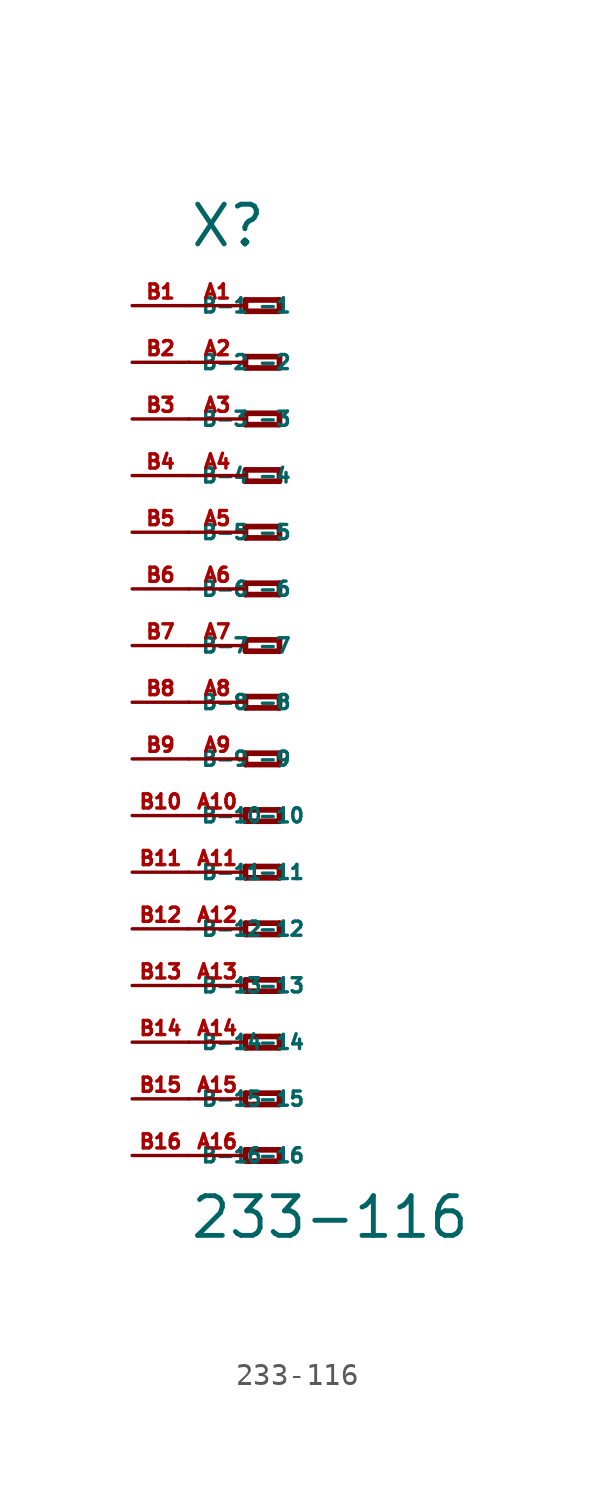
<source format=kicad_sym>
(kicad_symbol_lib
  (version 20220914)
  (generator Eagle2Kicad)
  (symbol "233-116"
    (property "Reference" "X"
      (at -5.08 20.32 0)
      (effects (font (size 1.778 1.778) (thickness 0.22)) (justify left bottom)))
    (property "Value" "233-116"
      (at -5.08 -24.13 0)
      (effects (font (size 1.778 1.778) (thickness 0.22)) (justify left bottom)))
    (polyline
      (pts (xy -2.54 18.034) (xy -2.54 17.526))
      (stroke (width 0.254) (type default))
      (fill (type none)))
    (polyline
      (pts (xy -2.54 17.526) (xy -1.016 17.526))
      (stroke (width 0.254) (type default))
      (fill (type none)))
    (polyline
      (pts (xy -1.016 17.526) (xy -1.016 18.034))
      (stroke (width 0.254) (type default))
      (fill (type none)))
    (polyline
      (pts (xy -1.016 18.034) (xy -2.54 18.034))
      (stroke (width 0.254) (type default))
      (fill (type none)))
    (polyline
      (pts (xy -2.54 15.494) (xy -2.54 14.986))
      (stroke (width 0.254) (type default))
      (fill (type none)))
    (polyline
      (pts (xy -2.54 14.986) (xy -1.016 14.986))
      (stroke (width 0.254) (type default))
      (fill (type none)))
    (polyline
      (pts (xy -1.016 14.986) (xy -1.016 15.494))
      (stroke (width 0.254) (type default))
      (fill (type none)))
    (polyline
      (pts (xy -1.016 15.494) (xy -2.54 15.494))
      (stroke (width 0.254) (type default))
      (fill (type none)))
    (polyline
      (pts (xy -2.54 12.954) (xy -2.54 12.446))
      (stroke (width 0.254) (type default))
      (fill (type none)))
    (polyline
      (pts (xy -2.54 12.446) (xy -1.016 12.446))
      (stroke (width 0.254) (type default))
      (fill (type none)))
    (polyline
      (pts (xy -1.016 12.446) (xy -1.016 12.954))
      (stroke (width 0.254) (type default))
      (fill (type none)))
    (polyline
      (pts (xy -1.016 12.954) (xy -2.54 12.954))
      (stroke (width 0.254) (type default))
      (fill (type none)))
    (polyline
      (pts (xy -2.54 10.414) (xy -2.54 9.906))
      (stroke (width 0.254) (type default))
      (fill (type none)))
    (polyline
      (pts (xy -2.54 9.906) (xy -1.016 9.906))
      (stroke (width 0.254) (type default))
      (fill (type none)))
    (polyline
      (pts (xy -1.016 9.906) (xy -1.016 10.414))
      (stroke (width 0.254) (type default))
      (fill (type none)))
    (polyline
      (pts (xy -1.016 10.414) (xy -2.54 10.414))
      (stroke (width 0.254) (type default))
      (fill (type none)))
    (polyline
      (pts (xy -2.54 7.874) (xy -2.54 7.366))
      (stroke (width 0.254) (type default))
      (fill (type none)))
    (polyline
      (pts (xy -2.54 7.366) (xy -1.016 7.366))
      (stroke (width 0.254) (type default))
      (fill (type none)))
    (polyline
      (pts (xy -1.016 7.366) (xy -1.016 7.874))
      (stroke (width 0.254) (type default))
      (fill (type none)))
    (polyline
      (pts (xy -1.016 7.874) (xy -2.54 7.874))
      (stroke (width 0.254) (type default))
      (fill (type none)))
    (polyline
      (pts (xy -2.54 5.334) (xy -2.54 4.826))
      (stroke (width 0.254) (type default))
      (fill (type none)))
    (polyline
      (pts (xy -2.54 4.826) (xy -1.016 4.826))
      (stroke (width 0.254) (type default))
      (fill (type none)))
    (polyline
      (pts (xy -1.016 4.826) (xy -1.016 5.334))
      (stroke (width 0.254) (type default))
      (fill (type none)))
    (polyline
      (pts (xy -1.016 5.334) (xy -2.54 5.334))
      (stroke (width 0.254) (type default))
      (fill (type none)))
    (polyline
      (pts (xy -2.54 2.794) (xy -2.54 2.286))
      (stroke (width 0.254) (type default))
      (fill (type none)))
    (polyline
      (pts (xy -2.54 2.286) (xy -1.016 2.286))
      (stroke (width 0.254) (type default))
      (fill (type none)))
    (polyline
      (pts (xy -1.016 2.286) (xy -1.016 2.794))
      (stroke (width 0.254) (type default))
      (fill (type none)))
    (polyline
      (pts (xy -1.016 2.794) (xy -2.54 2.794))
      (stroke (width 0.254) (type default))
      (fill (type none)))
    (polyline
      (pts (xy -2.54 0.254) (xy -2.54 -0.254))
      (stroke (width 0.254) (type default))
      (fill (type none)))
    (polyline
      (pts (xy -2.54 -0.254) (xy -1.016 -0.254))
      (stroke (width 0.254) (type default))
      (fill (type none)))
    (polyline
      (pts (xy -1.016 -0.254) (xy -1.016 0.254))
      (stroke (width 0.254) (type default))
      (fill (type none)))
    (polyline
      (pts (xy -1.016 0.254) (xy -2.54 0.254))
      (stroke (width 0.254) (type default))
      (fill (type none)))
    (polyline
      (pts (xy -2.54 -2.286) (xy -2.54 -2.794))
      (stroke (width 0.254) (type default))
      (fill (type none)))
    (polyline
      (pts (xy -2.54 -2.794) (xy -1.016 -2.794))
      (stroke (width 0.254) (type default))
      (fill (type none)))
    (polyline
      (pts (xy -1.016 -2.794) (xy -1.016 -2.286))
      (stroke (width 0.254) (type default))
      (fill (type none)))
    (polyline
      (pts (xy -1.016 -2.286) (xy -2.54 -2.286))
      (stroke (width 0.254) (type default))
      (fill (type none)))
    (polyline
      (pts (xy -2.54 -4.826) (xy -2.54 -5.334))
      (stroke (width 0.254) (type default))
      (fill (type none)))
    (polyline
      (pts (xy -2.54 -5.334) (xy -1.016 -5.334))
      (stroke (width 0.254) (type default))
      (fill (type none)))
    (polyline
      (pts (xy -1.016 -5.334) (xy -1.016 -4.826))
      (stroke (width 0.254) (type default))
      (fill (type none)))
    (polyline
      (pts (xy -1.016 -4.826) (xy -2.54 -4.826))
      (stroke (width 0.254) (type default))
      (fill (type none)))
    (polyline
      (pts (xy -2.54 -7.366) (xy -2.54 -7.874))
      (stroke (width 0.254) (type default))
      (fill (type none)))
    (polyline
      (pts (xy -2.54 -7.874) (xy -1.016 -7.874))
      (stroke (width 0.254) (type default))
      (fill (type none)))
    (polyline
      (pts (xy -1.016 -7.874) (xy -1.016 -7.366))
      (stroke (width 0.254) (type default))
      (fill (type none)))
    (polyline
      (pts (xy -1.016 -7.366) (xy -2.54 -7.366))
      (stroke (width 0.254) (type default))
      (fill (type none)))
    (polyline
      (pts (xy -2.54 -9.906) (xy -2.54 -10.414))
      (stroke (width 0.254) (type default))
      (fill (type none)))
    (polyline
      (pts (xy -2.54 -10.414) (xy -1.016 -10.414))
      (stroke (width 0.254) (type default))
      (fill (type none)))
    (polyline
      (pts (xy -1.016 -10.414) (xy -1.016 -9.906))
      (stroke (width 0.254) (type default))
      (fill (type none)))
    (polyline
      (pts (xy -1.016 -9.906) (xy -2.54 -9.906))
      (stroke (width 0.254) (type default))
      (fill (type none)))
    (polyline
      (pts (xy -2.54 -12.446) (xy -2.54 -12.954))
      (stroke (width 0.254) (type default))
      (fill (type none)))
    (polyline
      (pts (xy -2.54 -12.954) (xy -1.016 -12.954))
      (stroke (width 0.254) (type default))
      (fill (type none)))
    (polyline
      (pts (xy -1.016 -12.954) (xy -1.016 -12.446))
      (stroke (width 0.254) (type default))
      (fill (type none)))
    (polyline
      (pts (xy -1.016 -12.446) (xy -2.54 -12.446))
      (stroke (width 0.254) (type default))
      (fill (type none)))
    (polyline
      (pts (xy -2.54 -14.986) (xy -2.54 -15.494))
      (stroke (width 0.254) (type default))
      (fill (type none)))
    (polyline
      (pts (xy -2.54 -15.494) (xy -1.016 -15.494))
      (stroke (width 0.254) (type default))
      (fill (type none)))
    (polyline
      (pts (xy -1.016 -15.494) (xy -1.016 -14.986))
      (stroke (width 0.254) (type default))
      (fill (type none)))
    (polyline
      (pts (xy -1.016 -14.986) (xy -2.54 -14.986))
      (stroke (width 0.254) (type default))
      (fill (type none)))
    (polyline
      (pts (xy -2.54 -17.526) (xy -2.54 -18.034))
      (stroke (width 0.254) (type default))
      (fill (type none)))
    (polyline
      (pts (xy -2.54 -18.034) (xy -1.016 -18.034))
      (stroke (width 0.254) (type default))
      (fill (type none)))
    (polyline
      (pts (xy -1.016 -18.034) (xy -1.016 -17.526))
      (stroke (width 0.254) (type default))
      (fill (type none)))
    (polyline
      (pts (xy -1.016 -17.526) (xy -2.54 -17.526))
      (stroke (width 0.254) (type default))
      (fill (type none)))
    (polyline
      (pts (xy -2.54 -20.066) (xy -2.54 -20.574))
      (stroke (width 0.254) (type default))
      (fill (type none)))
    (polyline
      (pts (xy -2.54 -20.574) (xy -1.016 -20.574))
      (stroke (width 0.254) (type default))
      (fill (type none)))
    (polyline
      (pts (xy -1.016 -20.574) (xy -1.016 -20.066))
      (stroke (width 0.254) (type default))
      (fill (type none)))
    (polyline
      (pts (xy -1.016 -20.066) (xy -2.54 -20.066))
      (stroke (width 0.254) (type default))
      (fill (type none)))
    (pin passive line
      (at -5.08 17.78 0)
      (length 2.54)
      (name "-1" (effects (font (size 0.635 0.635) (thickness 0.08)) (justify left bottom)))
      (number "A1" (effects (font (size 0.635 0.635) (thickness 0.08)) (justify left bottom))))
    (pin passive line
      (at -5.08 15.24 0)
      (length 2.54)
      (name "-2" (effects (font (size 0.635 0.635) (thickness 0.08)) (justify left bottom)))
      (number "A2" (effects (font (size 0.635 0.635) (thickness 0.08)) (justify left bottom))))
    (pin passive line
      (at -5.08 12.7 0)
      (length 2.54)
      (name "-3" (effects (font (size 0.635 0.635) (thickness 0.08)) (justify left bottom)))
      (number "A3" (effects (font (size 0.635 0.635) (thickness 0.08)) (justify left bottom))))
    (pin passive line
      (at -5.08 10.16 0)
      (length 2.54)
      (name "-4" (effects (font (size 0.635 0.635) (thickness 0.08)) (justify left bottom)))
      (number "A4" (effects (font (size 0.635 0.635) (thickness 0.08)) (justify left bottom))))
    (pin passive line
      (at -5.08 7.62 0)
      (length 2.54)
      (name "-5" (effects (font (size 0.635 0.635) (thickness 0.08)) (justify left bottom)))
      (number "A5" (effects (font (size 0.635 0.635) (thickness 0.08)) (justify left bottom))))
    (pin passive line
      (at -5.08 5.08 0)
      (length 2.54)
      (name "-6" (effects (font (size 0.635 0.635) (thickness 0.08)) (justify left bottom)))
      (number "A6" (effects (font (size 0.635 0.635) (thickness 0.08)) (justify left bottom))))
    (pin passive line
      (at -5.08 2.54 0)
      (length 2.54)
      (name "-7" (effects (font (size 0.635 0.635) (thickness 0.08)) (justify left bottom)))
      (number "A7" (effects (font (size 0.635 0.635) (thickness 0.08)) (justify left bottom))))
    (pin passive line
      (at -5.08 0 0)
      (length 2.54)
      (name "-8" (effects (font (size 0.635 0.635) (thickness 0.08)) (justify left bottom)))
      (number "A8" (effects (font (size 0.635 0.635) (thickness 0.08)) (justify left bottom))))
    (pin passive line
      (at -5.08 -2.54 0)
      (length 2.54)
      (name "-9" (effects (font (size 0.635 0.635) (thickness 0.08)) (justify left bottom)))
      (number "A9" (effects (font (size 0.635 0.635) (thickness 0.08)) (justify left bottom))))
    (pin passive line
      (at -5.08 -5.08 0)
      (length 2.54)
      (name "-10" (effects (font (size 0.635 0.635) (thickness 0.08)) (justify left bottom)))
      (number "A10" (effects (font (size 0.635 0.635) (thickness 0.08)) (justify left bottom))))
    (pin passive line
      (at -5.08 -7.62 0)
      (length 2.54)
      (name "-11" (effects (font (size 0.635 0.635) (thickness 0.08)) (justify left bottom)))
      (number "A11" (effects (font (size 0.635 0.635) (thickness 0.08)) (justify left bottom))))
    (pin passive line
      (at -5.08 -10.16 0)
      (length 2.54)
      (name "-12" (effects (font (size 0.635 0.635) (thickness 0.08)) (justify left bottom)))
      (number "A12" (effects (font (size 0.635 0.635) (thickness 0.08)) (justify left bottom))))
    (pin passive line
      (at -5.08 -12.7 0)
      (length 2.54)
      (name "-13" (effects (font (size 0.635 0.635) (thickness 0.08)) (justify left bottom)))
      (number "A13" (effects (font (size 0.635 0.635) (thickness 0.08)) (justify left bottom))))
    (pin passive line
      (at -5.08 -15.24 0)
      (length 2.54)
      (name "-14" (effects (font (size 0.635 0.635) (thickness 0.08)) (justify left bottom)))
      (number "A14" (effects (font (size 0.635 0.635) (thickness 0.08)) (justify left bottom))))
    (pin passive line
      (at -5.08 -17.78 0)
      (length 2.54)
      (name "-15" (effects (font (size 0.635 0.635) (thickness 0.08)) (justify left bottom)))
      (number "A15" (effects (font (size 0.635 0.635) (thickness 0.08)) (justify left bottom))))
    (pin passive line
      (at -5.08 -20.32 0)
      (length 2.54)
      (name "-16" (effects (font (size 0.635 0.635) (thickness 0.08)) (justify left bottom)))
      (number "A16" (effects (font (size 0.635 0.635) (thickness 0.08)) (justify left bottom))))
    (pin passive line
      (at -7.62 -20.32 0)
      (length 2.54)
      (name "B-16" (effects (font (size 0.635 0.635) (thickness 0.08)) (justify left bottom)))
      (number "B16" (effects (font (size 0.635 0.635) (thickness 0.08)) (justify left bottom))))
    (pin passive line
      (at -7.62 17.78 0)
      (length 2.54)
      (name "B-1" (effects (font (size 0.635 0.635) (thickness 0.08)) (justify left bottom)))
      (number "B1" (effects (font (size 0.635 0.635) (thickness 0.08)) (justify left bottom))))
    (pin passive line
      (at -7.62 15.24 0)
      (length 2.54)
      (name "B-2" (effects (font (size 0.635 0.635) (thickness 0.08)) (justify left bottom)))
      (number "B2" (effects (font (size 0.635 0.635) (thickness 0.08)) (justify left bottom))))
    (pin passive line
      (at -7.62 12.7 0)
      (length 2.54)
      (name "B-3" (effects (font (size 0.635 0.635) (thickness 0.08)) (justify left bottom)))
      (number "B3" (effects (font (size 0.635 0.635) (thickness 0.08)) (justify left bottom))))
    (pin passive line
      (at -7.62 10.16 0)
      (length 2.54)
      (name "B-4" (effects (font (size 0.635 0.635) (thickness 0.08)) (justify left bottom)))
      (number "B4" (effects (font (size 0.635 0.635) (thickness 0.08)) (justify left bottom))))
    (pin passive line
      (at -7.62 7.62 0)
      (length 2.54)
      (name "B-5" (effects (font (size 0.635 0.635) (thickness 0.08)) (justify left bottom)))
      (number "B5" (effects (font (size 0.635 0.635) (thickness 0.08)) (justify left bottom))))
    (pin passive line
      (at -7.62 5.08 0)
      (length 2.54)
      (name "B-6" (effects (font (size 0.635 0.635) (thickness 0.08)) (justify left bottom)))
      (number "B6" (effects (font (size 0.635 0.635) (thickness 0.08)) (justify left bottom))))
    (pin passive line
      (at -7.62 2.54 0)
      (length 2.54)
      (name "B-7" (effects (font (size 0.635 0.635) (thickness 0.08)) (justify left bottom)))
      (number "B7" (effects (font (size 0.635 0.635) (thickness 0.08)) (justify left bottom))))
    (pin passive line
      (at -7.62 0 0)
      (length 2.54)
      (name "B-8" (effects (font (size 0.635 0.635) (thickness 0.08)) (justify left bottom)))
      (number "B8" (effects (font (size 0.635 0.635) (thickness 0.08)) (justify left bottom))))
    (pin passive line
      (at -7.62 -2.54 0)
      (length 2.54)
      (name "B-9" (effects (font (size 0.635 0.635) (thickness 0.08)) (justify left bottom)))
      (number "B9" (effects (font (size 0.635 0.635) (thickness 0.08)) (justify left bottom))))
    (pin passive line
      (at -7.62 -5.08 0)
      (length 2.54)
      (name "B-10" (effects (font (size 0.635 0.635) (thickness 0.08)) (justify left bottom)))
      (number "B10" (effects (font (size 0.635 0.635) (thickness 0.08)) (justify left bottom))))
    (pin passive line
      (at -7.62 -7.62 0)
      (length 2.54)
      (name "B-11" (effects (font (size 0.635 0.635) (thickness 0.08)) (justify left bottom)))
      (number "B11" (effects (font (size 0.635 0.635) (thickness 0.08)) (justify left bottom))))
    (pin passive line
      (at -7.62 -10.16 0)
      (length 2.54)
      (name "B-12" (effects (font (size 0.635 0.635) (thickness 0.08)) (justify left bottom)))
      (number "B12" (effects (font (size 0.635 0.635) (thickness 0.08)) (justify left bottom))))
    (pin passive line
      (at -7.62 -12.7 0)
      (length 2.54)
      (name "B-13" (effects (font (size 0.635 0.635) (thickness 0.08)) (justify left bottom)))
      (number "B13" (effects (font (size 0.635 0.635) (thickness 0.08)) (justify left bottom))))
    (pin passive line
      (at -7.62 -15.24 0)
      (length 2.54)
      (name "B-14" (effects (font (size 0.635 0.635) (thickness 0.08)) (justify left bottom)))
      (number "B14" (effects (font (size 0.635 0.635) (thickness 0.08)) (justify left bottom))))
    (pin passive line
      (at -7.62 -17.78 0)
      (length 2.54)
      (name "B-15" (effects (font (size 0.635 0.635) (thickness 0.08)) (justify left bottom)))
      (number "B15" (effects (font (size 0.635 0.635) (thickness 0.08)) (justify left bottom))))))
</source>
